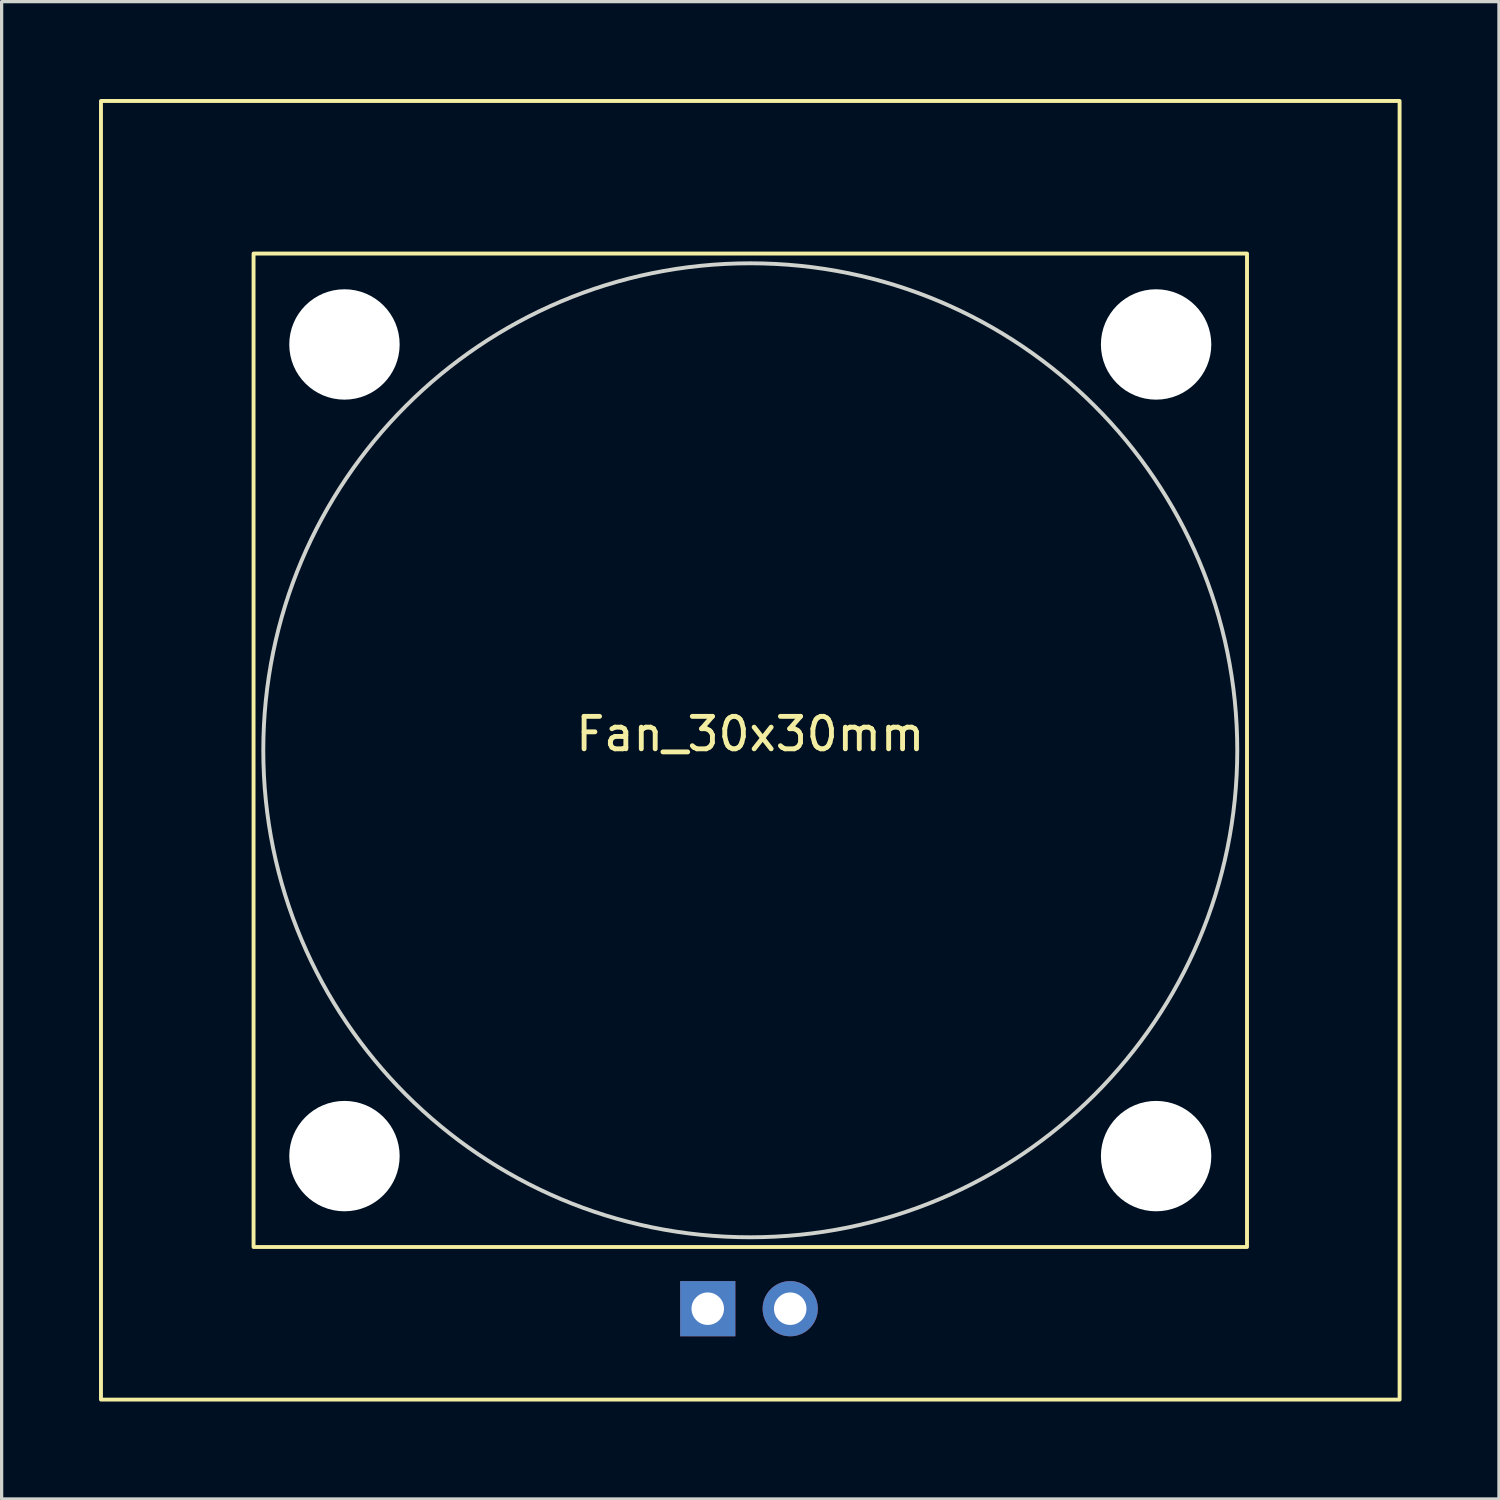
<source format=kicad_pcb>
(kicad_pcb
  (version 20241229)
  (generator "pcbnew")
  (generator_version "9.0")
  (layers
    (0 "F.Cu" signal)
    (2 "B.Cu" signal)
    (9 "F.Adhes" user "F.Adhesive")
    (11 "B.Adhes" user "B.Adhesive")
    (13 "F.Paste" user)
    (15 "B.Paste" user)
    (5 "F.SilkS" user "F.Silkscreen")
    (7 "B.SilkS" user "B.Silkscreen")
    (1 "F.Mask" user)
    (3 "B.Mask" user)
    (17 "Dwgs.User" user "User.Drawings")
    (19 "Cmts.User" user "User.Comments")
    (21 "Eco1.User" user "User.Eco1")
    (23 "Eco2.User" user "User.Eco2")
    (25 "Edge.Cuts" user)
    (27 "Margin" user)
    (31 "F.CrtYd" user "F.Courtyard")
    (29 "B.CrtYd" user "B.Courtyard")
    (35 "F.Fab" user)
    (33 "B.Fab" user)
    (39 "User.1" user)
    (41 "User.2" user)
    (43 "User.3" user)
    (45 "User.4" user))
  (footprint "Fan_30x30mm"
    (layer "F.Cu")
    (at 20.06 20.06)
    (property "Reference" "Fan_30x30mm" (at 0 -0.5 0) (unlocked yes) (layer "F.SilkS") (effects (font (size 1 1) (thickness 0.15))))
    (attr through_hole)
    (fp_rect (start -20 -20) (end 20 20) (stroke (width 0.12) (type default)) (fill no) (layer "F.SilkS"))
    (fp_rect (start -15.3 -15.3) (end 15.3 15.3) (stroke (width 0.12) (type default)) (fill no) (layer "F.SilkS"))
    (fp_circle (center 0 0) (end 15 0) (stroke (width 0.12) (type default)) (fill no) (layer "Edge.Cuts"))
    (pad "" np_thru_hole circle (at -12.5 -12.5) (size 3.4 3.4) (drill 3.4) (layers "*.Cu" "*.Mask"))
    (pad "" np_thru_hole circle (at -12.5 12.5) (size 3.4 3.4) (drill 3.4) (layers "*.Cu" "*.Mask"))
    (pad "" np_thru_hole circle (at 12.5 -12.5) (size 3.4 3.4) (drill 3.4) (layers "*.Cu" "*.Mask"))
    (pad "" np_thru_hole circle (at 12.5 12.5) (size 3.4 3.4) (drill 3.4) (layers "*.Cu" "*.Mask"))
    (pad "1" thru_hole rect (at -1.31 17.2 90) (size 1.7 1.7) (drill 1) (layers "*.Cu" "*.Mask"))
    (pad "2" thru_hole oval (at 1.23 17.2 90) (size 1.7 1.7) (drill 1) (layers "*.Cu" "*.Mask")))
  (gr_rect
    (start -3 -3)
    (end 43.12 43.12)
    (stroke (width 0.1) (type default))
    (fill no)
    (layer "Edge.Cuts")))
</source>
